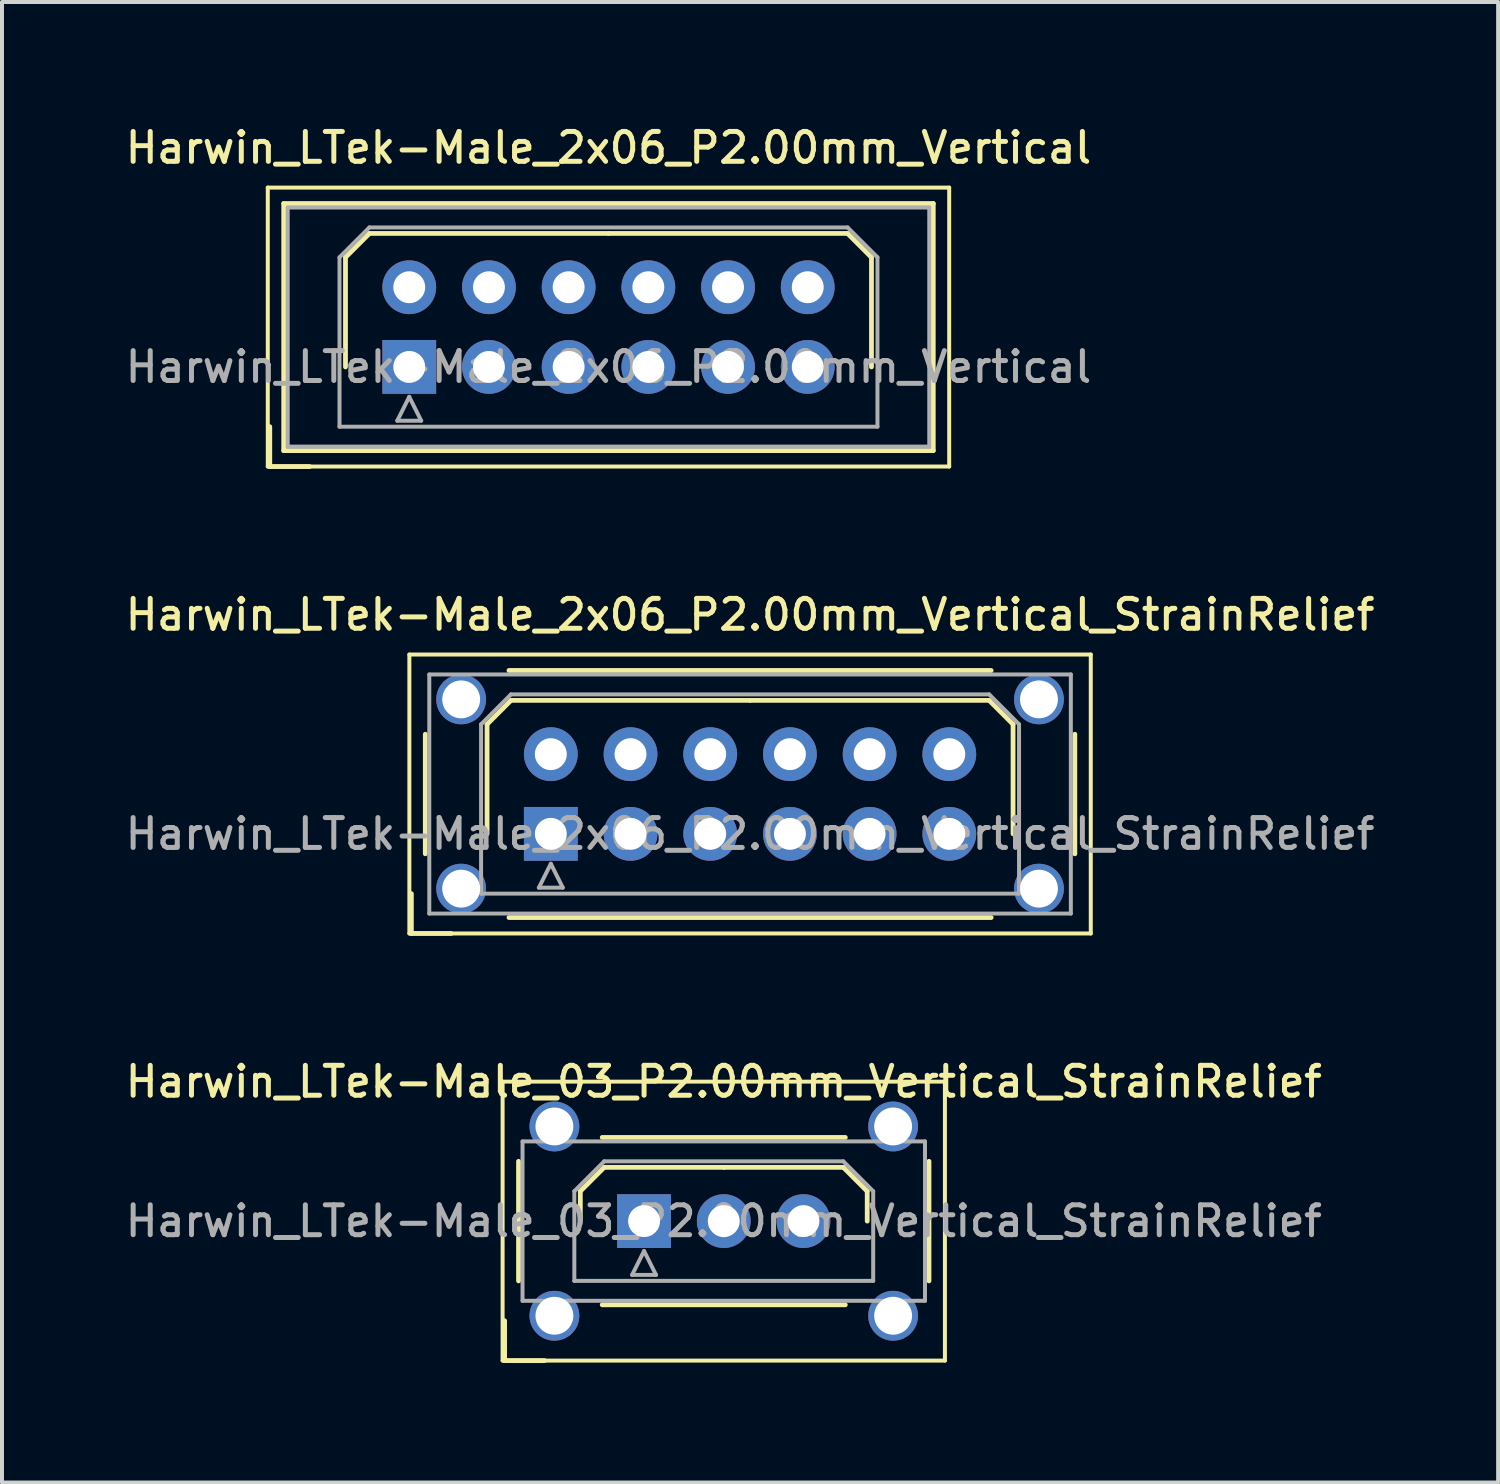
<source format=kicad_pcb>
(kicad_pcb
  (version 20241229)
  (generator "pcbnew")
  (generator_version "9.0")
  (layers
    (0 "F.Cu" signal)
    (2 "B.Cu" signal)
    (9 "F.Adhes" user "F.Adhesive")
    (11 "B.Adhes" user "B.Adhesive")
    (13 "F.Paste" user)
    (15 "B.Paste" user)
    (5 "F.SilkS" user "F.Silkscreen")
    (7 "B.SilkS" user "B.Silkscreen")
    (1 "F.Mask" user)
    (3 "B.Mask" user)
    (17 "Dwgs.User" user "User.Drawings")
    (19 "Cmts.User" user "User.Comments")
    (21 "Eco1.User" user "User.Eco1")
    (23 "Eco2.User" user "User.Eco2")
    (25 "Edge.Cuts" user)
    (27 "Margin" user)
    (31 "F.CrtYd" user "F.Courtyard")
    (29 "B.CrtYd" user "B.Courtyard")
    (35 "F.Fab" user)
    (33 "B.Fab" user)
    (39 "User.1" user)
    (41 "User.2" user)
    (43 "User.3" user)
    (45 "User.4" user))
  (footprint "Harwin_LTek-Male_2x06_P2.00mm_Vertical_StrainRelief"
    (layer "F.Cu")
    (at 10.773 17.876)
    (property "Reference" "Harwin_LTek-Male_2x06_P2.00mm_Vertical_StrainRelief" (at 5 -5.5 0) (layer "F.SilkS") (effects (font (size 0.75 0.75) (thickness 0.125))))
    (attr through_hole)
    (fp_line (start -3.55 -4.5) (end -3.55 2.5) (stroke (width 0.1) (type solid)) (layer "F.SilkS"))
    (fp_line (start -3.55 2.5) (end 13.55 2.5) (stroke (width 0.1) (type solid)) (layer "F.SilkS"))
    (fp_line (start -3.5 1.5) (end -3.5 2.5) (stroke (width 0.12) (type solid)) (layer "F.SilkS"))
    (fp_line (start -3.5 2.5) (end -2.5 2.5) (stroke (width 0.12) (type solid)) (layer "F.SilkS"))
    (fp_line (start -3.15 -2.5) (end -3.15 0.5) (stroke (width 0.12) (type solid)) (layer "F.SilkS"))
    (fp_line (start -1.6 -2.75) (end -1 -3.35) (stroke (width 0.12) (type solid)) (layer "F.SilkS"))
    (fp_line (start -1.6 0) (end -1.6 -2.75) (stroke (width 0.12) (type solid)) (layer "F.SilkS"))
    (fp_line (start -1.05 -4.1) (end 11.05 -4.1) (stroke (width 0.12) (type solid)) (layer "F.SilkS"))
    (fp_line (start -1.05 2.1) (end 11.05 2.1) (stroke (width 0.12) (type solid)) (layer "F.SilkS"))
    (fp_line (start -1 -3.35) (end 5 -3.35) (stroke (width 0.12) (type solid)) (layer "F.SilkS"))
    (fp_line (start 11 -3.35) (end 5 -3.35) (stroke (width 0.12) (type solid)) (layer "F.SilkS"))
    (fp_line (start 11.6 -2.75) (end 11 -3.35) (stroke (width 0.12) (type solid)) (layer "F.SilkS"))
    (fp_line (start 11.6 0) (end 11.6 -2.75) (stroke (width 0.12) (type solid)) (layer "F.SilkS"))
    (fp_line (start 13.15 -2.5) (end 13.15 0.5) (stroke (width 0.12) (type solid)) (layer "F.SilkS"))
    (fp_line (start 13.55 -4.5) (end -3.55 -4.5) (stroke (width 0.1) (type solid)) (layer "F.SilkS"))
    (fp_line (start 13.55 2.5) (end 13.55 -4.5) (stroke (width 0.1) (type solid)) (layer "F.SilkS"))
    (fp_line (start -3.05 -4) (end -3.05 2) (stroke (width 0.1) (type solid)) (layer "F.Fab"))
    (fp_line (start -3.05 2) (end 13.05 2) (stroke (width 0.1) (type solid)) (layer "F.Fab"))
    (fp_line (start -1.75 -2.75) (end -1 -3.5) (stroke (width 0.1) (type solid)) (layer "F.Fab"))
    (fp_line (start -1.75 1.5) (end -1.75 -2.75) (stroke (width 0.1) (type solid)) (layer "F.Fab"))
    (fp_line (start -1 -3.5) (end 11 -3.5) (stroke (width 0.1) (type solid)) (layer "F.Fab"))
    (fp_line (start -0.3 1.35) (end 0.3 1.35) (stroke (width 0.1) (type solid)) (layer "F.Fab"))
    (fp_line (start 0 0.75) (end -0.3 1.35) (stroke (width 0.1) (type solid)) (layer "F.Fab"))
    (fp_line (start 0.3 1.35) (end 0 0.75) (stroke (width 0.1) (type solid)) (layer "F.Fab"))
    (fp_line (start 11 -3.5) (end 11.75 -2.75) (stroke (width 0.1) (type solid)) (layer "F.Fab"))
    (fp_line (start 11.75 -2.75) (end 11.75 1.5) (stroke (width 0.1) (type solid)) (layer "F.Fab"))
    (fp_line (start 11.75 1.5) (end -1.75 1.5) (stroke (width 0.1) (type solid)) (layer "F.Fab"))
    (fp_line (start 13.05 -4) (end -3.05 -4) (stroke (width 0.1) (type solid)) (layer "F.Fab"))
    (fp_line (start 13.05 2) (end 13.05 -4) (stroke (width 0.1) (type solid)) (layer "F.Fab"))
    (fp_text user "${REFERENCE}" (at 5 0 0) (layer "F.Fab") (effects (font (size 0.75 0.75) (thickness 0.125))))
    (pad "" thru_hole circle (at -2.25 -3.375) (size 1.25 1.25) (drill 0.95) (layers "*.Cu" "*.Mask"))
    (pad "" thru_hole circle (at -2.25 1.375) (size 1.25 1.25) (drill 0.95) (layers "*.Cu" "*.Mask"))
    (pad "" thru_hole circle (at 12.25 -3.375) (size 1.25 1.25) (drill 0.95) (layers "*.Cu" "*.Mask"))
    (pad "" thru_hole circle (at 12.25 1.375) (size 1.25 1.25) (drill 0.95) (layers "*.Cu" "*.Mask"))
    (pad "1" thru_hole rect (at 0 0) (size 1.35 1.35) (drill 0.8) (layers "*.Cu" "*.Mask"))
    (pad "2" thru_hole circle (at 0 -2) (size 1.35 1.35) (drill 0.8) (layers "*.Cu" "*.Mask"))
    (pad "3" thru_hole circle (at 2 0) (size 1.35 1.35) (drill 0.8) (layers "*.Cu" "*.Mask"))
    (pad "4" thru_hole circle (at 2 -2) (size 1.35 1.35) (drill 0.8) (layers "*.Cu" "*.Mask"))
    (pad "5" thru_hole circle (at 4 0) (size 1.35 1.35) (drill 0.8) (layers "*.Cu" "*.Mask"))
    (pad "6" thru_hole circle (at 4 -2) (size 1.35 1.35) (drill 0.8) (layers "*.Cu" "*.Mask"))
    (pad "7" thru_hole circle (at 6 0) (size 1.35 1.35) (drill 0.8) (layers "*.Cu" "*.Mask"))
    (pad "8" thru_hole circle (at 6 -2) (size 1.35 1.35) (drill 0.8) (layers "*.Cu" "*.Mask"))
    (pad "9" thru_hole circle (at 8 0) (size 1.35 1.35) (drill 0.8) (layers "*.Cu" "*.Mask"))
    (pad "10" thru_hole circle (at 8 -2) (size 1.35 1.35) (drill 0.8) (layers "*.Cu" "*.Mask"))
    (pad "11" thru_hole circle (at 10 0) (size 1.35 1.35) (drill 0.8) (layers "*.Cu" "*.Mask"))
    (pad "12" thru_hole circle (at 10 -2) (size 1.35 1.35) (drill 0.8) (layers "*.Cu" "*.Mask")))
  (footprint "Harwin_LTek-Male_2x06_P2.00mm_Vertical"
    (layer "F.Cu")
    (at 7.22 6.158)
    (property "Reference" "Harwin_LTek-Male_2x06_P2.00mm_Vertical" (at 5 -5.5 0) (layer "F.SilkS") (effects (font (size 0.75 0.75) (thickness 0.125))))
    (attr through_hole)
    (fp_line (start -3.55 -4.5) (end -3.55 2.5) (stroke (width 0.1) (type solid)) (layer "F.SilkS"))
    (fp_line (start -3.55 2.5) (end 13.55 2.5) (stroke (width 0.1) (type solid)) (layer "F.SilkS"))
    (fp_line (start -3.5 1.5) (end -3.5 2.5) (stroke (width 0.12) (type solid)) (layer "F.SilkS"))
    (fp_line (start -3.5 2.5) (end -2.5 2.5) (stroke (width 0.12) (type solid)) (layer "F.SilkS"))
    (fp_line (start -3.15 -4.1) (end -3.15 2.1) (stroke (width 0.12) (type solid)) (layer "F.SilkS"))
    (fp_line (start -3.15 2.1) (end 13.15 2.1) (stroke (width 0.12) (type solid)) (layer "F.SilkS"))
    (fp_line (start -1.6 -2.75) (end -1 -3.35) (stroke (width 0.12) (type solid)) (layer "F.SilkS"))
    (fp_line (start -1.6 0) (end -1.6 -2.75) (stroke (width 0.12) (type solid)) (layer "F.SilkS"))
    (fp_line (start -1 -3.35) (end 5 -3.35) (stroke (width 0.12) (type solid)) (layer "F.SilkS"))
    (fp_line (start 11 -3.35) (end 5 -3.35) (stroke (width 0.12) (type solid)) (layer "F.SilkS"))
    (fp_line (start 11.6 -2.75) (end 11 -3.35) (stroke (width 0.12) (type solid)) (layer "F.SilkS"))
    (fp_line (start 11.6 0) (end 11.6 -2.75) (stroke (width 0.12) (type solid)) (layer "F.SilkS"))
    (fp_line (start 13.15 -4.1) (end -3.15 -4.1) (stroke (width 0.12) (type solid)) (layer "F.SilkS"))
    (fp_line (start 13.15 2.1) (end 13.15 -4.1) (stroke (width 0.12) (type solid)) (layer "F.SilkS"))
    (fp_line (start 13.55 -4.5) (end -3.55 -4.5) (stroke (width 0.1) (type solid)) (layer "F.SilkS"))
    (fp_line (start 13.55 2.5) (end 13.55 -4.5) (stroke (width 0.1) (type solid)) (layer "F.SilkS"))
    (fp_line (start -3.05 -4) (end -3.05 2) (stroke (width 0.1) (type solid)) (layer "F.Fab"))
    (fp_line (start -3.05 2) (end 13.05 2) (stroke (width 0.1) (type solid)) (layer "F.Fab"))
    (fp_line (start -1.75 -2.75) (end -1 -3.5) (stroke (width 0.1) (type solid)) (layer "F.Fab"))
    (fp_line (start -1.75 1.5) (end -1.75 -2.75) (stroke (width 0.1) (type solid)) (layer "F.Fab"))
    (fp_line (start -1 -3.5) (end 11 -3.5) (stroke (width 0.1) (type solid)) (layer "F.Fab"))
    (fp_line (start -0.3 1.35) (end 0.3 1.35) (stroke (width 0.1) (type solid)) (layer "F.Fab"))
    (fp_line (start 0 0.75) (end -0.3 1.35) (stroke (width 0.1) (type solid)) (layer "F.Fab"))
    (fp_line (start 0.3 1.35) (end 0 0.75) (stroke (width 0.1) (type solid)) (layer "F.Fab"))
    (fp_line (start 11 -3.5) (end 11.75 -2.75) (stroke (width 0.1) (type solid)) (layer "F.Fab"))
    (fp_line (start 11.75 -2.75) (end 11.75 1.5) (stroke (width 0.1) (type solid)) (layer "F.Fab"))
    (fp_line (start 11.75 1.5) (end -1.75 1.5) (stroke (width 0.1) (type solid)) (layer "F.Fab"))
    (fp_line (start 13.05 -4) (end -3.05 -4) (stroke (width 0.1) (type solid)) (layer "F.Fab"))
    (fp_line (start 13.05 2) (end 13.05 -4) (stroke (width 0.1) (type solid)) (layer "F.Fab"))
    (fp_text user "${REFERENCE}" (at 5 0 0) (layer "F.Fab") (effects (font (size 0.75 0.75) (thickness 0.125))))
    (pad "1" thru_hole rect (at 0 0) (size 1.35 1.35) (drill 0.8) (layers "*.Cu" "*.Mask"))
    (pad "2" thru_hole circle (at 0 -2) (size 1.35 1.35) (drill 0.8) (layers "*.Cu" "*.Mask"))
    (pad "3" thru_hole circle (at 2 0) (size 1.35 1.35) (drill 0.8) (layers "*.Cu" "*.Mask"))
    (pad "4" thru_hole circle (at 2 -2) (size 1.35 1.35) (drill 0.8) (layers "*.Cu" "*.Mask"))
    (pad "5" thru_hole circle (at 4 0) (size 1.35 1.35) (drill 0.8) (layers "*.Cu" "*.Mask"))
    (pad "6" thru_hole circle (at 4 -2) (size 1.35 1.35) (drill 0.8) (layers "*.Cu" "*.Mask"))
    (pad "7" thru_hole circle (at 6 0) (size 1.35 1.35) (drill 0.8) (layers "*.Cu" "*.Mask"))
    (pad "8" thru_hole circle (at 6 -2) (size 1.35 1.35) (drill 0.8) (layers "*.Cu" "*.Mask"))
    (pad "9" thru_hole circle (at 8 0) (size 1.35 1.35) (drill 0.8) (layers "*.Cu" "*.Mask"))
    (pad "10" thru_hole circle (at 8 -2) (size 1.35 1.35) (drill 0.8) (layers "*.Cu" "*.Mask"))
    (pad "11" thru_hole circle (at 10 0) (size 1.35 1.35) (drill 0.8) (layers "*.Cu" "*.Mask"))
    (pad "12" thru_hole circle (at 10 -2) (size 1.35 1.35) (drill 0.8) (layers "*.Cu" "*.Mask")))
  (footprint "Harwin_LTek-Male_03_P2.00mm_Vertical_StrainRelief"
    (layer "F.Cu")
    (at 13.113 27.594)
    (property "Reference" "Harwin_LTek-Male_03_P2.00mm_Vertical_StrainRelief" (at 2 -3.5 0) (layer "F.SilkS") (effects (font (size 0.75 0.75) (thickness 0.125))))
    (attr through_hole)
    (fp_line (start -3.55 -3.5) (end -3.55 3.5) (stroke (width 0.1) (type solid)) (layer "F.SilkS"))
    (fp_line (start -3.55 3.5) (end 7.55 3.5) (stroke (width 0.1) (type solid)) (layer "F.SilkS"))
    (fp_line (start -3.5 2.5) (end -3.5 3.5) (stroke (width 0.12) (type solid)) (layer "F.SilkS"))
    (fp_line (start -3.5 3.5) (end -2.5 3.5) (stroke (width 0.12) (type solid)) (layer "F.SilkS"))
    (fp_line (start -3.15 -1.5) (end -3.15 1.5) (stroke (width 0.12) (type solid)) (layer "F.SilkS"))
    (fp_line (start -1.6 -0.75) (end -1 -1.35) (stroke (width 0.12) (type solid)) (layer "F.SilkS"))
    (fp_line (start -1.6 0) (end -1.6 -0.75) (stroke (width 0.12) (type solid)) (layer "F.SilkS"))
    (fp_line (start -1.05 -2.1) (end 5.05 -2.1) (stroke (width 0.12) (type solid)) (layer "F.SilkS"))
    (fp_line (start -1.05 2.1) (end 5.05 2.1) (stroke (width 0.12) (type solid)) (layer "F.SilkS"))
    (fp_line (start -1 -1.35) (end 2 -1.35) (stroke (width 0.12) (type solid)) (layer "F.SilkS"))
    (fp_line (start 5 -1.35) (end 2 -1.35) (stroke (width 0.12) (type solid)) (layer "F.SilkS"))
    (fp_line (start 5.6 -0.75) (end 5 -1.35) (stroke (width 0.12) (type solid)) (layer "F.SilkS"))
    (fp_line (start 5.6 0) (end 5.6 -0.75) (stroke (width 0.12) (type solid)) (layer "F.SilkS"))
    (fp_line (start 7.15 -1.5) (end 7.15 1.5) (stroke (width 0.12) (type solid)) (layer "F.SilkS"))
    (fp_line (start 7.55 -3.5) (end -3.55 -3.5) (stroke (width 0.1) (type solid)) (layer "F.SilkS"))
    (fp_line (start 7.55 3.5) (end 7.55 -3.5) (stroke (width 0.1) (type solid)) (layer "F.SilkS"))
    (fp_line (start -3.05 -2) (end -3.05 2) (stroke (width 0.1) (type solid)) (layer "F.Fab"))
    (fp_line (start -3.05 2) (end 7.05 2) (stroke (width 0.1) (type solid)) (layer "F.Fab"))
    (fp_line (start -1.75 -0.75) (end -1 -1.5) (stroke (width 0.1) (type solid)) (layer "F.Fab"))
    (fp_line (start -1.75 1.5) (end -1.75 -0.75) (stroke (width 0.1) (type solid)) (layer "F.Fab"))
    (fp_line (start -1 -1.5) (end 5 -1.5) (stroke (width 0.1) (type solid)) (layer "F.Fab"))
    (fp_line (start -0.3 1.35) (end 0.3 1.35) (stroke (width 0.1) (type solid)) (layer "F.Fab"))
    (fp_line (start 0 0.75) (end -0.3 1.35) (stroke (width 0.1) (type solid)) (layer "F.Fab"))
    (fp_line (start 0.3 1.35) (end 0 0.75) (stroke (width 0.1) (type solid)) (layer "F.Fab"))
    (fp_line (start 5 -1.5) (end 5.75 -0.75) (stroke (width 0.1) (type solid)) (layer "F.Fab"))
    (fp_line (start 5.75 -0.75) (end 5.75 1.5) (stroke (width 0.1) (type solid)) (layer "F.Fab"))
    (fp_line (start 5.75 1.5) (end -1.75 1.5) (stroke (width 0.1) (type solid)) (layer "F.Fab"))
    (fp_line (start 7.05 -2) (end -3.05 -2) (stroke (width 0.1) (type solid)) (layer "F.Fab"))
    (fp_line (start 7.05 2) (end 7.05 -2) (stroke (width 0.1) (type solid)) (layer "F.Fab"))
    (fp_text user "${REFERENCE}" (at 2 0 0) (layer "F.Fab") (effects (font (size 0.75 0.75) (thickness 0.125))))
    (pad "" thru_hole circle (at -2.25 -2.375) (size 1.25 1.25) (drill 0.95) (layers "*.Cu" "*.Mask"))
    (pad "" thru_hole circle (at -2.25 2.375) (size 1.25 1.25) (drill 0.95) (layers "*.Cu" "*.Mask"))
    (pad "" thru_hole circle (at 6.25 -2.375) (size 1.25 1.25) (drill 0.95) (layers "*.Cu" "*.Mask"))
    (pad "" thru_hole circle (at 6.25 2.375) (size 1.25 1.25) (drill 0.95) (layers "*.Cu" "*.Mask"))
    (pad "1" thru_hole rect (at 0 0) (size 1.35 1.35) (drill 0.8) (layers "*.Cu" "*.Mask"))
    (pad "2" thru_hole circle (at 2 0) (size 1.35 1.35) (drill 0.8) (layers "*.Cu" "*.Mask"))
    (pad "3" thru_hole circle (at 4 0) (size 1.35 1.35) (drill 0.8) (layers "*.Cu" "*.Mask")))
  (gr_rect
    (start -3 -3)
    (end 34.546 34.154)
    (stroke (width 0.1) (type default))
    (fill no)
    (layer "Edge.Cuts")))
</source>
